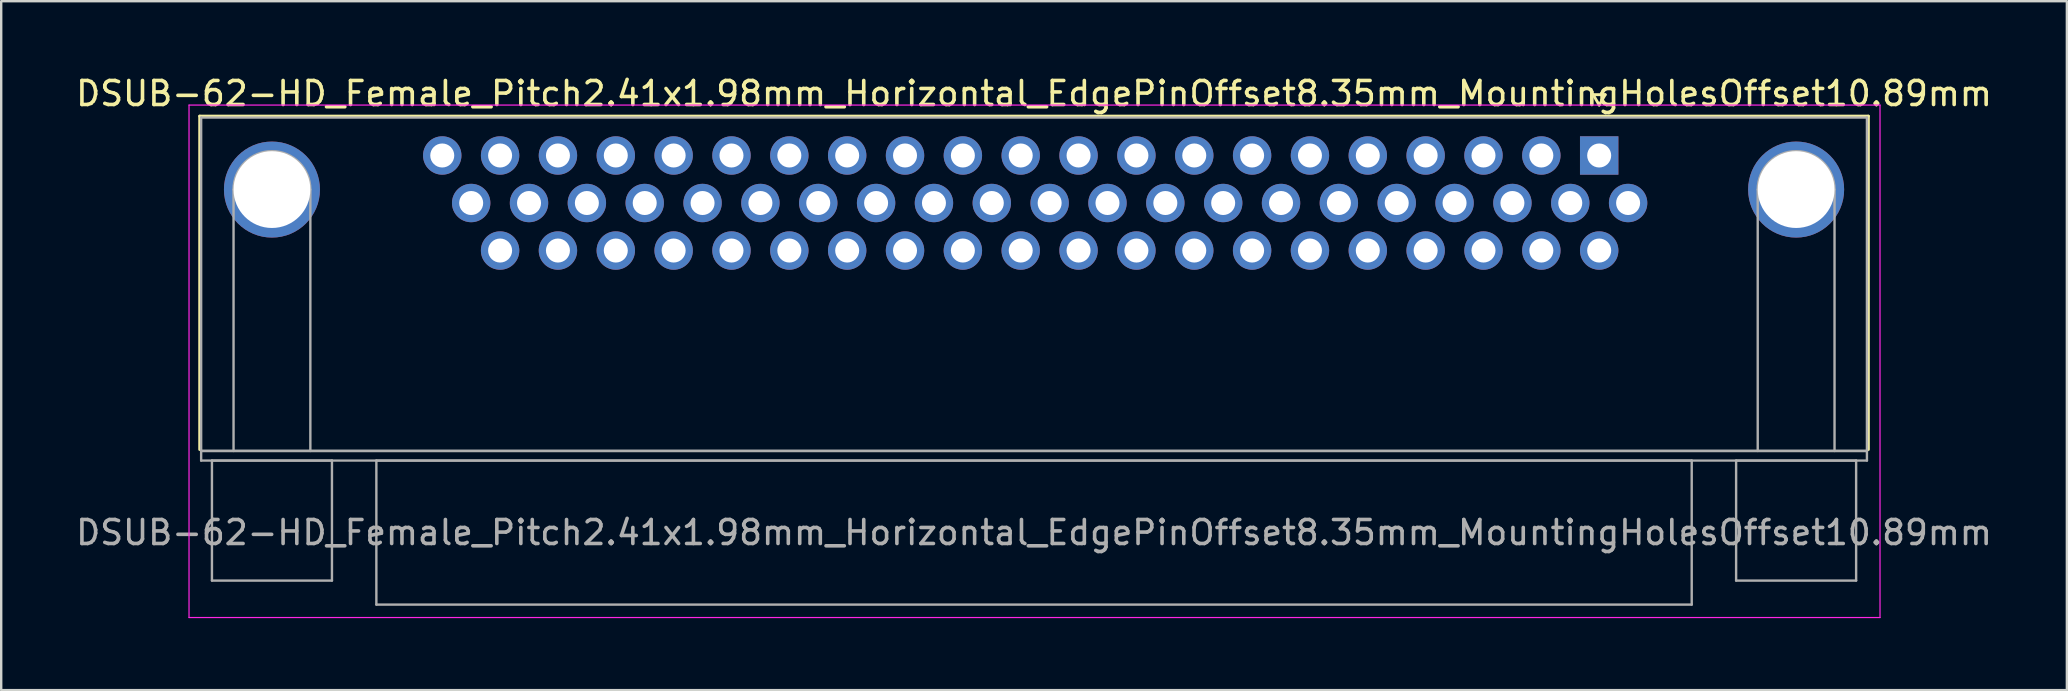
<source format=kicad_pcb>
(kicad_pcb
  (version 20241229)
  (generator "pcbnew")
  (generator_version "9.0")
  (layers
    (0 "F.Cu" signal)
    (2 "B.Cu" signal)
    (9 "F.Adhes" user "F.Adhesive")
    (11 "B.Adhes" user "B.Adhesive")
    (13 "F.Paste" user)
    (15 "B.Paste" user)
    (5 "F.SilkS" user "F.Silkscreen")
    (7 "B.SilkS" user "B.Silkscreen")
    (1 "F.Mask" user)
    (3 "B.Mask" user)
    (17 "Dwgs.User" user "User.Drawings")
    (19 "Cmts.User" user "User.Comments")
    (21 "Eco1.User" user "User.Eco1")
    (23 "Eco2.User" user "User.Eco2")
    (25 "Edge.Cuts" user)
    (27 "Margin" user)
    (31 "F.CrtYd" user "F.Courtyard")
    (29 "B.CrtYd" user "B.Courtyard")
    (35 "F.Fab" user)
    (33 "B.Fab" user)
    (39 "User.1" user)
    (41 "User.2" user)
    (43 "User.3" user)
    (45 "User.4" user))
  (footprint "DSUB-62-HD_Female_Pitch2.41x1.98mm_Horizontal_EdgePinOffset8.35mm_MountingHolesOffset10.89mm"
    (layer "F.Cu")
    (at 63.575 3.428)
    (property "Reference" "DSUB-62-HD_Female_Pitch2.41x1.98mm_Horizontal_EdgePinOffset8.35mm_MountingHolesOffset10.89mm" (at -23.545 -2.58 0) (layer "F.SilkS") (effects (font (size 1 1) (thickness 0.15))))
    (attr through_hole)
    (fp_line (start -58.305 -1.64) (end 11.215 -1.64) (stroke (width 0.12) (type solid)) (layer "F.SilkS"))
    (fp_line (start -58.305 12.25) (end -58.305 -1.64) (stroke (width 0.12) (type solid)) (layer "F.SilkS"))
    (fp_line (start -0.25 -2.534) (end 0.25 -2.534) (stroke (width 0.12) (type solid)) (layer "F.SilkS"))
    (fp_line (start 0 -2.101) (end -0.25 -2.534) (stroke (width 0.12) (type solid)) (layer "F.SilkS"))
    (fp_line (start 0.25 -2.534) (end 0 -2.101) (stroke (width 0.12) (type solid)) (layer "F.SilkS"))
    (fp_line (start 11.215 -1.64) (end 11.215 12.25) (stroke (width 0.12) (type solid)) (layer "F.SilkS"))
    (fp_line (start -58.75 -2.1) (end -58.75 19.25) (stroke (width 0.05) (type solid)) (layer "F.CrtYd"))
    (fp_line (start -58.75 19.25) (end 11.7 19.25) (stroke (width 0.05) (type solid)) (layer "F.CrtYd"))
    (fp_line (start 11.7 -2.1) (end -58.75 -2.1) (stroke (width 0.05) (type solid)) (layer "F.CrtYd"))
    (fp_line (start 11.7 19.25) (end 11.7 -2.1) (stroke (width 0.05) (type solid)) (layer "F.CrtYd"))
    (fp_line (start -58.245 -1.58) (end -58.245 12.31) (stroke (width 0.1) (type solid)) (layer "F.Fab"))
    (fp_line (start -58.245 12.31) (end -58.245 12.71) (stroke (width 0.1) (type solid)) (layer "F.Fab"))
    (fp_line (start -58.245 12.31) (end 11.155 12.31) (stroke (width 0.1) (type solid)) (layer "F.Fab"))
    (fp_line (start -58.245 12.71) (end 11.155 12.71) (stroke (width 0.1) (type solid)) (layer "F.Fab"))
    (fp_line (start -57.795 12.71) (end -57.795 17.71) (stroke (width 0.1) (type solid)) (layer "F.Fab"))
    (fp_line (start -57.795 17.71) (end -52.795 17.71) (stroke (width 0.1) (type solid)) (layer "F.Fab"))
    (fp_line (start -56.895 12.31) (end -56.895 1.42) (stroke (width 0.1) (type solid)) (layer "F.Fab"))
    (fp_line (start -53.695 12.31) (end -53.695 1.42) (stroke (width 0.1) (type solid)) (layer "F.Fab"))
    (fp_line (start -52.795 12.71) (end -57.795 12.71) (stroke (width 0.1) (type solid)) (layer "F.Fab"))
    (fp_line (start -52.795 17.71) (end -52.795 12.71) (stroke (width 0.1) (type solid)) (layer "F.Fab"))
    (fp_line (start -50.945 12.71) (end -50.945 18.71) (stroke (width 0.1) (type solid)) (layer "F.Fab"))
    (fp_line (start -50.945 18.71) (end 3.855 18.71) (stroke (width 0.1) (type solid)) (layer "F.Fab"))
    (fp_line (start 3.855 12.71) (end -50.945 12.71) (stroke (width 0.1) (type solid)) (layer "F.Fab"))
    (fp_line (start 3.855 18.71) (end 3.855 12.71) (stroke (width 0.1) (type solid)) (layer "F.Fab"))
    (fp_line (start 5.705 12.71) (end 5.705 17.71) (stroke (width 0.1) (type solid)) (layer "F.Fab"))
    (fp_line (start 5.705 17.71) (end 10.705 17.71) (stroke (width 0.1) (type solid)) (layer "F.Fab"))
    (fp_line (start 6.605 12.31) (end 6.605 1.42) (stroke (width 0.1) (type solid)) (layer "F.Fab"))
    (fp_line (start 9.805 12.31) (end 9.805 1.42) (stroke (width 0.1) (type solid)) (layer "F.Fab"))
    (fp_line (start 10.705 12.71) (end 5.705 12.71) (stroke (width 0.1) (type solid)) (layer "F.Fab"))
    (fp_line (start 10.705 17.71) (end 10.705 12.71) (stroke (width 0.1) (type solid)) (layer "F.Fab"))
    (fp_line (start 11.155 -1.58) (end -58.245 -1.58) (stroke (width 0.1) (type solid)) (layer "F.Fab"))
    (fp_line (start 11.155 12.31) (end -58.245 12.31) (stroke (width 0.1) (type solid)) (layer "F.Fab"))
    (fp_line (start 11.155 12.31) (end 11.155 -1.58) (stroke (width 0.1) (type solid)) (layer "F.Fab"))
    (fp_line (start 11.155 12.71) (end 11.155 12.31) (stroke (width 0.1) (type solid)) (layer "F.Fab"))
    (fp_arc (start -56.895 1.42) (mid -55.295 -0.18) (end -53.695 1.42) (stroke (width 0.1) (type solid)) (layer "F.Fab"))
    (fp_arc (start 6.605 1.42) (mid 8.205 -0.18) (end 9.805 1.42) (stroke (width 0.1) (type solid)) (layer "F.Fab"))
    (fp_text user "${REFERENCE}" (at -23.545 15.71 0) (layer "F.Fab") (effects (font (size 1 1) (thickness 0.15))))
    (pad "0" thru_hole circle (at -55.295 1.42) (size 4 4) (drill 3.2) (layers "*.Cu" "*.Mask"))
    (pad "0" thru_hole circle (at 8.205 1.42) (size 4 4) (drill 3.2) (layers "*.Cu" "*.Mask"))
    (pad "1" thru_hole rect (at 0 0) (size 1.6 1.6) (drill 1) (layers "*.Cu" "*.Mask"))
    (pad "2" thru_hole circle (at -2.41 0) (size 1.6 1.6) (drill 1) (layers "*.Cu" "*.Mask"))
    (pad "3" thru_hole circle (at -4.82 0) (size 1.6 1.6) (drill 1) (layers "*.Cu" "*.Mask"))
    (pad "4" thru_hole circle (at -7.23 0) (size 1.6 1.6) (drill 1) (layers "*.Cu" "*.Mask"))
    (pad "5" thru_hole circle (at -9.64 0) (size 1.6 1.6) (drill 1) (layers "*.Cu" "*.Mask"))
    (pad "6" thru_hole circle (at -12.05 0) (size 1.6 1.6) (drill 1) (layers "*.Cu" "*.Mask"))
    (pad "7" thru_hole circle (at -14.46 0) (size 1.6 1.6) (drill 1) (layers "*.Cu" "*.Mask"))
    (pad "8" thru_hole circle (at -16.87 0) (size 1.6 1.6) (drill 1) (layers "*.Cu" "*.Mask"))
    (pad "9" thru_hole circle (at -19.28 0) (size 1.6 1.6) (drill 1) (layers "*.Cu" "*.Mask"))
    (pad "10" thru_hole circle (at -21.69 0) (size 1.6 1.6) (drill 1) (layers "*.Cu" "*.Mask"))
    (pad "11" thru_hole circle (at -24.1 0) (size 1.6 1.6) (drill 1) (layers "*.Cu" "*.Mask"))
    (pad "12" thru_hole circle (at -26.51 0) (size 1.6 1.6) (drill 1) (layers "*.Cu" "*.Mask"))
    (pad "13" thru_hole circle (at -28.92 0) (size 1.6 1.6) (drill 1) (layers "*.Cu" "*.Mask"))
    (pad "14" thru_hole circle (at -31.33 0) (size 1.6 1.6) (drill 1) (layers "*.Cu" "*.Mask"))
    (pad "15" thru_hole circle (at -33.74 0) (size 1.6 1.6) (drill 1) (layers "*.Cu" "*.Mask"))
    (pad "16" thru_hole circle (at -36.15 0) (size 1.6 1.6) (drill 1) (layers "*.Cu" "*.Mask"))
    (pad "17" thru_hole circle (at -38.56 0) (size 1.6 1.6) (drill 1) (layers "*.Cu" "*.Mask"))
    (pad "18" thru_hole circle (at -40.97 0) (size 1.6 1.6) (drill 1) (layers "*.Cu" "*.Mask"))
    (pad "19" thru_hole circle (at -43.38 0) (size 1.6 1.6) (drill 1) (layers "*.Cu" "*.Mask"))
    (pad "20" thru_hole circle (at -45.79 0) (size 1.6 1.6) (drill 1) (layers "*.Cu" "*.Mask"))
    (pad "21" thru_hole circle (at -48.2 0) (size 1.6 1.6) (drill 1) (layers "*.Cu" "*.Mask"))
    (pad "22" thru_hole circle (at 1.205 1.98) (size 1.6 1.6) (drill 1) (layers "*.Cu" "*.Mask"))
    (pad "23" thru_hole circle (at -1.205 1.98) (size 1.6 1.6) (drill 1) (layers "*.Cu" "*.Mask"))
    (pad "24" thru_hole circle (at -3.615 1.98) (size 1.6 1.6) (drill 1) (layers "*.Cu" "*.Mask"))
    (pad "25" thru_hole circle (at -6.025 1.98) (size 1.6 1.6) (drill 1) (layers "*.Cu" "*.Mask"))
    (pad "26" thru_hole circle (at -8.435 1.98) (size 1.6 1.6) (drill 1) (layers "*.Cu" "*.Mask"))
    (pad "27" thru_hole circle (at -10.845 1.98) (size 1.6 1.6) (drill 1) (layers "*.Cu" "*.Mask"))
    (pad "28" thru_hole circle (at -13.255 1.98) (size 1.6 1.6) (drill 1) (layers "*.Cu" "*.Mask"))
    (pad "29" thru_hole circle (at -15.665 1.98) (size 1.6 1.6) (drill 1) (layers "*.Cu" "*.Mask"))
    (pad "30" thru_hole circle (at -18.075 1.98) (size 1.6 1.6) (drill 1) (layers "*.Cu" "*.Mask"))
    (pad "31" thru_hole circle (at -20.485 1.98) (size 1.6 1.6) (drill 1) (layers "*.Cu" "*.Mask"))
    (pad "32" thru_hole circle (at -22.895 1.98) (size 1.6 1.6) (drill 1) (layers "*.Cu" "*.Mask"))
    (pad "33" thru_hole circle (at -25.305 1.98) (size 1.6 1.6) (drill 1) (layers "*.Cu" "*.Mask"))
    (pad "34" thru_hole circle (at -27.715 1.98) (size 1.6 1.6) (drill 1) (layers "*.Cu" "*.Mask"))
    (pad "35" thru_hole circle (at -30.125 1.98) (size 1.6 1.6) (drill 1) (layers "*.Cu" "*.Mask"))
    (pad "36" thru_hole circle (at -32.535 1.98) (size 1.6 1.6) (drill 1) (layers "*.Cu" "*.Mask"))
    (pad "37" thru_hole circle (at -34.945 1.98) (size 1.6 1.6) (drill 1) (layers "*.Cu" "*.Mask"))
    (pad "38" thru_hole circle (at -37.355 1.98) (size 1.6 1.6) (drill 1) (layers "*.Cu" "*.Mask"))
    (pad "39" thru_hole circle (at -39.765 1.98) (size 1.6 1.6) (drill 1) (layers "*.Cu" "*.Mask"))
    (pad "40" thru_hole circle (at -42.175 1.98) (size 1.6 1.6) (drill 1) (layers "*.Cu" "*.Mask"))
    (pad "41" thru_hole circle (at -44.585 1.98) (size 1.6 1.6) (drill 1) (layers "*.Cu" "*.Mask"))
    (pad "42" thru_hole circle (at -46.995 1.98) (size 1.6 1.6) (drill 1) (layers "*.Cu" "*.Mask"))
    (pad "43" thru_hole circle (at 0 3.96) (size 1.6 1.6) (drill 1) (layers "*.Cu" "*.Mask"))
    (pad "44" thru_hole circle (at -2.41 3.96) (size 1.6 1.6) (drill 1) (layers "*.Cu" "*.Mask"))
    (pad "45" thru_hole circle (at -4.82 3.96) (size 1.6 1.6) (drill 1) (layers "*.Cu" "*.Mask"))
    (pad "46" thru_hole circle (at -7.23 3.96) (size 1.6 1.6) (drill 1) (layers "*.Cu" "*.Mask"))
    (pad "47" thru_hole circle (at -9.64 3.96) (size 1.6 1.6) (drill 1) (layers "*.Cu" "*.Mask"))
    (pad "48" thru_hole circle (at -12.05 3.96) (size 1.6 1.6) (drill 1) (layers "*.Cu" "*.Mask"))
    (pad "49" thru_hole circle (at -14.46 3.96) (size 1.6 1.6) (drill 1) (layers "*.Cu" "*.Mask"))
    (pad "50" thru_hole circle (at -16.87 3.96) (size 1.6 1.6) (drill 1) (layers "*.Cu" "*.Mask"))
    (pad "51" thru_hole circle (at -19.28 3.96) (size 1.6 1.6) (drill 1) (layers "*.Cu" "*.Mask"))
    (pad "52" thru_hole circle (at -21.69 3.96) (size 1.6 1.6) (drill 1) (layers "*.Cu" "*.Mask"))
    (pad "53" thru_hole circle (at -24.1 3.96) (size 1.6 1.6) (drill 1) (layers "*.Cu" "*.Mask"))
    (pad "54" thru_hole circle (at -26.51 3.96) (size 1.6 1.6) (drill 1) (layers "*.Cu" "*.Mask"))
    (pad "55" thru_hole circle (at -28.92 3.96) (size 1.6 1.6) (drill 1) (layers "*.Cu" "*.Mask"))
    (pad "56" thru_hole circle (at -31.33 3.96) (size 1.6 1.6) (drill 1) (layers "*.Cu" "*.Mask"))
    (pad "57" thru_hole circle (at -33.74 3.96) (size 1.6 1.6) (drill 1) (layers "*.Cu" "*.Mask"))
    (pad "58" thru_hole circle (at -36.15 3.96) (size 1.6 1.6) (drill 1) (layers "*.Cu" "*.Mask"))
    (pad "59" thru_hole circle (at -38.56 3.96) (size 1.6 1.6) (drill 1) (layers "*.Cu" "*.Mask"))
    (pad "60" thru_hole circle (at -40.97 3.96) (size 1.6 1.6) (drill 1) (layers "*.Cu" "*.Mask"))
    (pad "61" thru_hole circle (at -43.38 3.96) (size 1.6 1.6) (drill 1) (layers "*.Cu" "*.Mask"))
    (pad "62" thru_hole circle (at -45.79 3.96) (size 1.6 1.6) (drill 1) (layers "*.Cu" "*.Mask")))
  (gr_rect
    (start -3 -3)
    (end 83.06 25.703)
    (stroke (width 0.1) (type default))
    (fill no)
    (layer "Edge.Cuts")))
</source>
